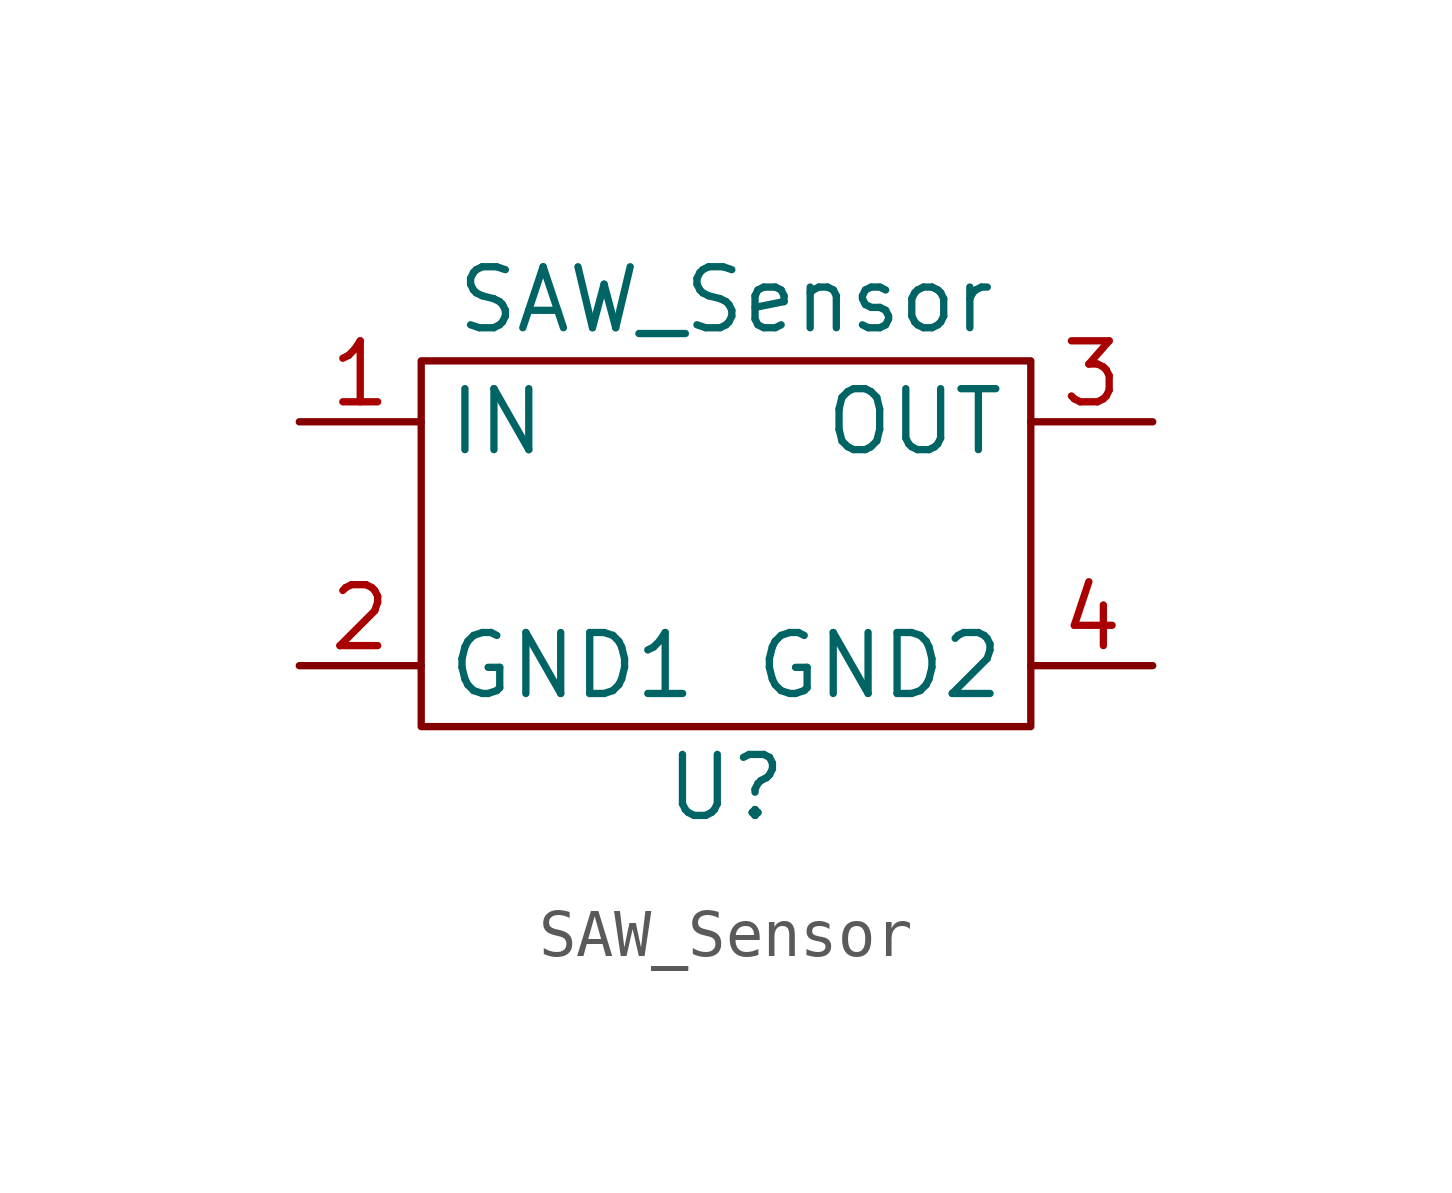
<source format=kicad_sym>
(kicad_symbol_lib
  (version 20211014)
  (generator kicad_symbol_editor)
  (symbol "SAW_Sensor"
    (property "Reference" "U"
      (at 0 -5.08 0)
      (effects (font (size 1.27 1.27))))
    (property "Value" "SAW_Sensor"
      (at 0 5.08 0)
      (effects (font (size 1.27 1.27))))
    (symbol "SAW_Sensor_0_1"
      (rectangle (start -6.35 3.81) (end 6.35 -3.81) (stroke (width 0) (type default) (color 0 0 0 0)) (fill (type none))))
    (symbol "SAW_Sensor_1_1"
      (pin input line (at -8.89 2.54 0) (length 2.54) (name "IN" (effects (font (size 1.27 1.27)))) (number "1" (effects (font (size 1.27 1.27)))))
      (pin power_in line (at -8.89 -2.54 0) (length 2.54) (name "GND1" (effects (font (size 1.27 1.27)))) (number "2" (effects (font (size 1.27 1.27)))))
      (pin output line (at 8.89 2.54 180) (length 2.54) (name "OUT" (effects (font (size 1.27 1.27)))) (number "3" (effects (font (size 1.27 1.27)))))
      (pin power_in line (at 8.89 -2.54 180) (length 2.54) (name "GND2" (effects (font (size 1.27 1.27)))) (number "4" (effects (font (size 1.27 1.27))))))))
</source>
